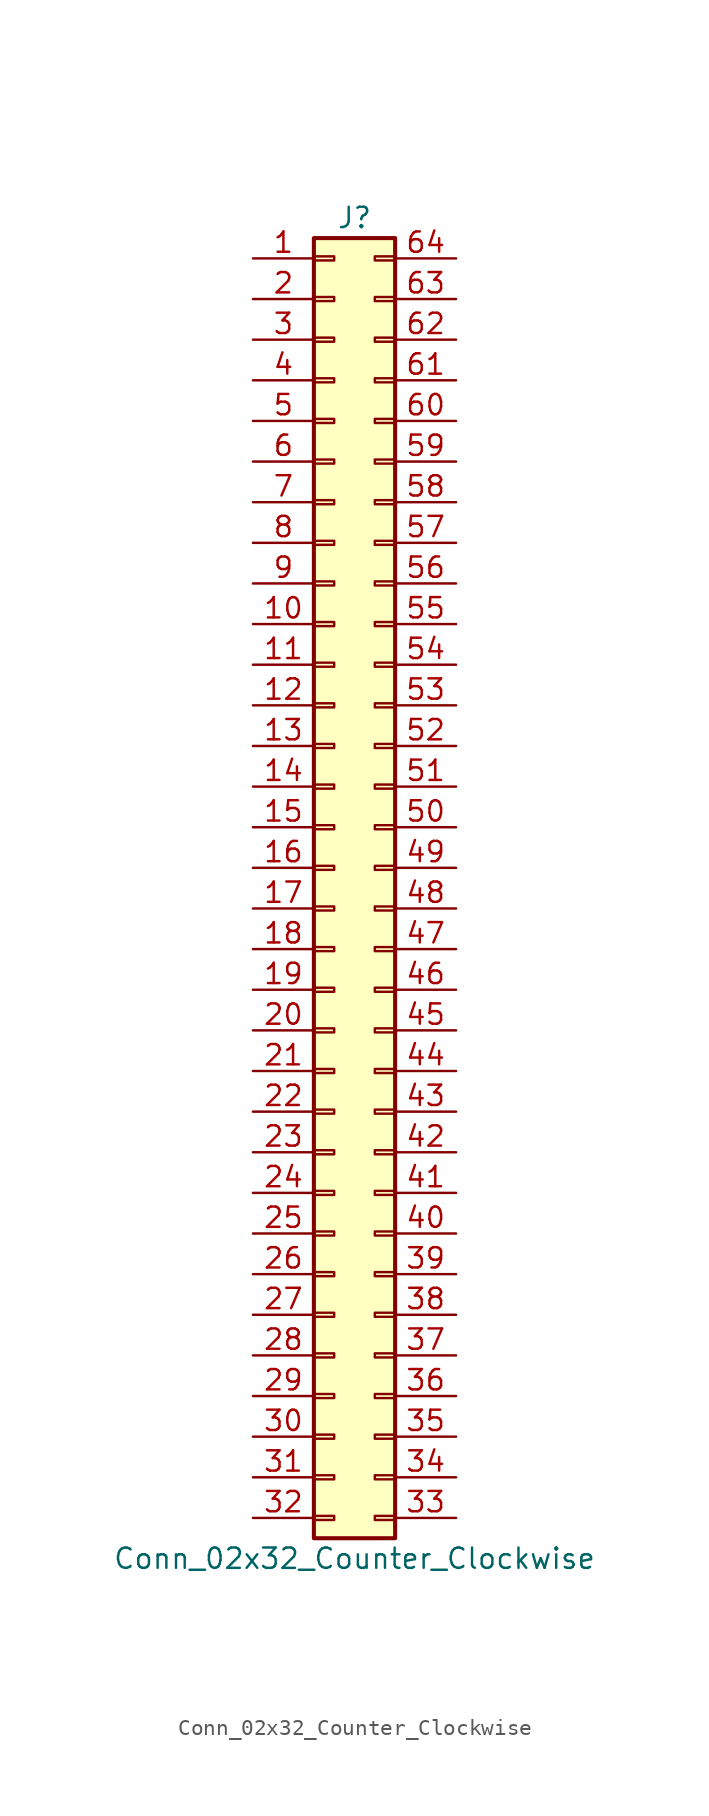
<source format=kicad_sym>
(kicad_symbol_lib
  (version 20220914)
  (generator kicad_symbol_editor)
  (symbol "Conn_02x32_Counter_Clockwise"
    (pin_names
      (offset 1.016) hide)
    (property "Reference" "J"
      (at 1.27 40.64 0)
      (effects (font (size 1.27 1.27))))
    (property "Value" "Conn_02x32_Counter_Clockwise"
      (at 1.27 -43.18 0)
      (effects (font (size 1.27 1.27))))
    (symbol "Conn_02x32_Counter_Clockwise_1_1"
      (rectangle (start -1.27 -40.513) (end 0 -40.767) (stroke (width 0.152) (type default)) (fill (type none)))
      (rectangle (start -1.27 -37.973) (end 0 -38.227) (stroke (width 0.152) (type default)) (fill (type none)))
      (rectangle (start -1.27 -35.433) (end 0 -35.687) (stroke (width 0.152) (type default)) (fill (type none)))
      (rectangle (start -1.27 -32.893) (end 0 -33.147) (stroke (width 0.152) (type default)) (fill (type none)))
      (rectangle (start -1.27 -30.353) (end 0 -30.607) (stroke (width 0.152) (type default)) (fill (type none)))
      (rectangle (start -1.27 -27.813) (end 0 -28.067) (stroke (width 0.152) (type default)) (fill (type none)))
      (rectangle (start -1.27 -25.273) (end 0 -25.527) (stroke (width 0.152) (type default)) (fill (type none)))
      (rectangle (start -1.27 -22.733) (end 0 -22.987) (stroke (width 0.152) (type default)) (fill (type none)))
      (rectangle (start -1.27 -20.193) (end 0 -20.447) (stroke (width 0.152) (type default)) (fill (type none)))
      (rectangle (start -1.27 -17.653) (end 0 -17.907) (stroke (width 0.152) (type default)) (fill (type none)))
      (rectangle (start -1.27 -15.113) (end 0 -15.367) (stroke (width 0.152) (type default)) (fill (type none)))
      (rectangle (start -1.27 -12.573) (end 0 -12.827) (stroke (width 0.152) (type default)) (fill (type none)))
      (rectangle (start -1.27 -10.033) (end 0 -10.287) (stroke (width 0.152) (type default)) (fill (type none)))
      (rectangle (start -1.27 -7.493) (end 0 -7.747) (stroke (width 0.152) (type default)) (fill (type none)))
      (rectangle (start -1.27 -4.953) (end 0 -5.207) (stroke (width 0.152) (type default)) (fill (type none)))
      (rectangle (start -1.27 -2.413) (end 0 -2.667) (stroke (width 0.152) (type default)) (fill (type none)))
      (rectangle (start -1.27 0.127) (end 0 -0.127) (stroke (width 0.152) (type default)) (fill (type none)))
      (rectangle (start -1.27 2.667) (end 0 2.413) (stroke (width 0.152) (type default)) (fill (type none)))
      (rectangle (start -1.27 5.207) (end 0 4.953) (stroke (width 0.152) (type default)) (fill (type none)))
      (rectangle (start -1.27 7.747) (end 0 7.493) (stroke (width 0.152) (type default)) (fill (type none)))
      (rectangle (start -1.27 10.287) (end 0 10.033) (stroke (width 0.152) (type default)) (fill (type none)))
      (rectangle (start -1.27 12.827) (end 0 12.573) (stroke (width 0.152) (type default)) (fill (type none)))
      (rectangle (start -1.27 15.367) (end 0 15.113) (stroke (width 0.152) (type default)) (fill (type none)))
      (rectangle (start -1.27 17.907) (end 0 17.653) (stroke (width 0.152) (type default)) (fill (type none)))
      (rectangle (start -1.27 20.447) (end 0 20.193) (stroke (width 0.152) (type default)) (fill (type none)))
      (rectangle (start -1.27 22.987) (end 0 22.733) (stroke (width 0.152) (type default)) (fill (type none)))
      (rectangle (start -1.27 25.527) (end 0 25.273) (stroke (width 0.152) (type default)) (fill (type none)))
      (rectangle (start -1.27 28.067) (end 0 27.813) (stroke (width 0.152) (type default)) (fill (type none)))
      (rectangle (start -1.27 30.607) (end 0 30.353) (stroke (width 0.152) (type default)) (fill (type none)))
      (rectangle (start -1.27 33.147) (end 0 32.893) (stroke (width 0.152) (type default)) (fill (type none)))
      (rectangle (start -1.27 35.687) (end 0 35.433) (stroke (width 0.152) (type default)) (fill (type none)))
      (rectangle (start -1.27 38.227) (end 0 37.973) (stroke (width 0.152) (type default)) (fill (type none)))
      (rectangle (start -1.27 39.37) (end 3.81 -41.91) (stroke (width 0.254) (type default)) (fill (type background)))
      (rectangle (start 3.81 -40.513) (end 2.54 -40.767) (stroke (width 0.152) (type default)) (fill (type none)))
      (rectangle (start 3.81 -37.973) (end 2.54 -38.227) (stroke (width 0.152) (type default)) (fill (type none)))
      (rectangle (start 3.81 -35.433) (end 2.54 -35.687) (stroke (width 0.152) (type default)) (fill (type none)))
      (rectangle (start 3.81 -32.893) (end 2.54 -33.147) (stroke (width 0.152) (type default)) (fill (type none)))
      (rectangle (start 3.81 -30.353) (end 2.54 -30.607) (stroke (width 0.152) (type default)) (fill (type none)))
      (rectangle (start 3.81 -27.813) (end 2.54 -28.067) (stroke (width 0.152) (type default)) (fill (type none)))
      (rectangle (start 3.81 -25.273) (end 2.54 -25.527) (stroke (width 0.152) (type default)) (fill (type none)))
      (rectangle (start 3.81 -22.733) (end 2.54 -22.987) (stroke (width 0.152) (type default)) (fill (type none)))
      (rectangle (start 3.81 -20.193) (end 2.54 -20.447) (stroke (width 0.152) (type default)) (fill (type none)))
      (rectangle (start 3.81 -17.653) (end 2.54 -17.907) (stroke (width 0.152) (type default)) (fill (type none)))
      (rectangle (start 3.81 -15.113) (end 2.54 -15.367) (stroke (width 0.152) (type default)) (fill (type none)))
      (rectangle (start 3.81 -12.573) (end 2.54 -12.827) (stroke (width 0.152) (type default)) (fill (type none)))
      (rectangle (start 3.81 -10.033) (end 2.54 -10.287) (stroke (width 0.152) (type default)) (fill (type none)))
      (rectangle (start 3.81 -7.493) (end 2.54 -7.747) (stroke (width 0.152) (type default)) (fill (type none)))
      (rectangle (start 3.81 -4.953) (end 2.54 -5.207) (stroke (width 0.152) (type default)) (fill (type none)))
      (rectangle (start 3.81 -2.413) (end 2.54 -2.667) (stroke (width 0.152) (type default)) (fill (type none)))
      (rectangle (start 3.81 0.127) (end 2.54 -0.127) (stroke (width 0.152) (type default)) (fill (type none)))
      (rectangle (start 3.81 2.667) (end 2.54 2.413) (stroke (width 0.152) (type default)) (fill (type none)))
      (rectangle (start 3.81 5.207) (end 2.54 4.953) (stroke (width 0.152) (type default)) (fill (type none)))
      (rectangle (start 3.81 7.747) (end 2.54 7.493) (stroke (width 0.152) (type default)) (fill (type none)))
      (rectangle (start 3.81 10.287) (end 2.54 10.033) (stroke (width 0.152) (type default)) (fill (type none)))
      (rectangle (start 3.81 12.827) (end 2.54 12.573) (stroke (width 0.152) (type default)) (fill (type none)))
      (rectangle (start 3.81 15.367) (end 2.54 15.113) (stroke (width 0.152) (type default)) (fill (type none)))
      (rectangle (start 3.81 17.907) (end 2.54 17.653) (stroke (width 0.152) (type default)) (fill (type none)))
      (rectangle (start 3.81 20.447) (end 2.54 20.193) (stroke (width 0.152) (type default)) (fill (type none)))
      (rectangle (start 3.81 22.987) (end 2.54 22.733) (stroke (width 0.152) (type default)) (fill (type none)))
      (rectangle (start 3.81 25.527) (end 2.54 25.273) (stroke (width 0.152) (type default)) (fill (type none)))
      (rectangle (start 3.81 28.067) (end 2.54 27.813) (stroke (width 0.152) (type default)) (fill (type none)))
      (rectangle (start 3.81 30.607) (end 2.54 30.353) (stroke (width 0.152) (type default)) (fill (type none)))
      (rectangle (start 3.81 33.147) (end 2.54 32.893) (stroke (width 0.152) (type default)) (fill (type none)))
      (rectangle (start 3.81 35.687) (end 2.54 35.433) (stroke (width 0.152) (type default)) (fill (type none)))
      (rectangle (start 3.81 38.227) (end 2.54 37.973) (stroke (width 0.152) (type default)) (fill (type none)))
      (pin passive line (at -5.08 38.1 0) (length 3.81) (name "Pin_1" (effects (font (size 1.27 1.27)))) (number "1" (effects (font (size 1.27 1.27)))))
      (pin passive line (at -5.08 15.24 0) (length 3.81) (name "Pin_10" (effects (font (size 1.27 1.27)))) (number "10" (effects (font (size 1.27 1.27)))))
      (pin passive line (at -5.08 12.7 0) (length 3.81) (name "Pin_11" (effects (font (size 1.27 1.27)))) (number "11" (effects (font (size 1.27 1.27)))))
      (pin passive line (at -5.08 10.16 0) (length 3.81) (name "Pin_12" (effects (font (size 1.27 1.27)))) (number "12" (effects (font (size 1.27 1.27)))))
      (pin passive line (at -5.08 7.62 0) (length 3.81) (name "Pin_13" (effects (font (size 1.27 1.27)))) (number "13" (effects (font (size 1.27 1.27)))))
      (pin passive line (at -5.08 5.08 0) (length 3.81) (name "Pin_14" (effects (font (size 1.27 1.27)))) (number "14" (effects (font (size 1.27 1.27)))))
      (pin passive line (at -5.08 2.54 0) (length 3.81) (name "Pin_15" (effects (font (size 1.27 1.27)))) (number "15" (effects (font (size 1.27 1.27)))))
      (pin passive line (at -5.08 0 0) (length 3.81) (name "Pin_16" (effects (font (size 1.27 1.27)))) (number "16" (effects (font (size 1.27 1.27)))))
      (pin passive line (at -5.08 -2.54 0) (length 3.81) (name "Pin_17" (effects (font (size 1.27 1.27)))) (number "17" (effects (font (size 1.27 1.27)))))
      (pin passive line (at -5.08 -5.08 0) (length 3.81) (name "Pin_18" (effects (font (size 1.27 1.27)))) (number "18" (effects (font (size 1.27 1.27)))))
      (pin passive line (at -5.08 -7.62 0) (length 3.81) (name "Pin_19" (effects (font (size 1.27 1.27)))) (number "19" (effects (font (size 1.27 1.27)))))
      (pin passive line (at -5.08 35.56 0) (length 3.81) (name "Pin_2" (effects (font (size 1.27 1.27)))) (number "2" (effects (font (size 1.27 1.27)))))
      (pin passive line (at -5.08 -10.16 0) (length 3.81) (name "Pin_20" (effects (font (size 1.27 1.27)))) (number "20" (effects (font (size 1.27 1.27)))))
      (pin passive line (at -5.08 -12.7 0) (length 3.81) (name "Pin_21" (effects (font (size 1.27 1.27)))) (number "21" (effects (font (size 1.27 1.27)))))
      (pin passive line (at -5.08 -15.24 0) (length 3.81) (name "Pin_22" (effects (font (size 1.27 1.27)))) (number "22" (effects (font (size 1.27 1.27)))))
      (pin passive line (at -5.08 -17.78 0) (length 3.81) (name "Pin_23" (effects (font (size 1.27 1.27)))) (number "23" (effects (font (size 1.27 1.27)))))
      (pin passive line (at -5.08 -20.32 0) (length 3.81) (name "Pin_24" (effects (font (size 1.27 1.27)))) (number "24" (effects (font (size 1.27 1.27)))))
      (pin passive line (at -5.08 -22.86 0) (length 3.81) (name "Pin_25" (effects (font (size 1.27 1.27)))) (number "25" (effects (font (size 1.27 1.27)))))
      (pin passive line (at -5.08 -25.4 0) (length 3.81) (name "Pin_26" (effects (font (size 1.27 1.27)))) (number "26" (effects (font (size 1.27 1.27)))))
      (pin passive line (at -5.08 -27.94 0) (length 3.81) (name "Pin_27" (effects (font (size 1.27 1.27)))) (number "27" (effects (font (size 1.27 1.27)))))
      (pin passive line (at -5.08 -30.48 0) (length 3.81) (name "Pin_28" (effects (font (size 1.27 1.27)))) (number "28" (effects (font (size 1.27 1.27)))))
      (pin passive line (at -5.08 -33.02 0) (length 3.81) (name "Pin_29" (effects (font (size 1.27 1.27)))) (number "29" (effects (font (size 1.27 1.27)))))
      (pin passive line (at -5.08 33.02 0) (length 3.81) (name "Pin_3" (effects (font (size 1.27 1.27)))) (number "3" (effects (font (size 1.27 1.27)))))
      (pin passive line (at -5.08 -35.56 0) (length 3.81) (name "Pin_30" (effects (font (size 1.27 1.27)))) (number "30" (effects (font (size 1.27 1.27)))))
      (pin passive line (at -5.08 -38.1 0) (length 3.81) (name "Pin_31" (effects (font (size 1.27 1.27)))) (number "31" (effects (font (size 1.27 1.27)))))
      (pin passive line (at -5.08 -40.64 0) (length 3.81) (name "Pin_32" (effects (font (size 1.27 1.27)))) (number "32" (effects (font (size 1.27 1.27)))))
      (pin passive line (at 7.62 -40.64 180) (length 3.81) (name "Pin_33" (effects (font (size 1.27 1.27)))) (number "33" (effects (font (size 1.27 1.27)))))
      (pin passive line (at 7.62 -38.1 180) (length 3.81) (name "Pin_34" (effects (font (size 1.27 1.27)))) (number "34" (effects (font (size 1.27 1.27)))))
      (pin passive line (at 7.62 -35.56 180) (length 3.81) (name "Pin_35" (effects (font (size 1.27 1.27)))) (number "35" (effects (font (size 1.27 1.27)))))
      (pin passive line (at 7.62 -33.02 180) (length 3.81) (name "Pin_36" (effects (font (size 1.27 1.27)))) (number "36" (effects (font (size 1.27 1.27)))))
      (pin passive line (at 7.62 -30.48 180) (length 3.81) (name "Pin_37" (effects (font (size 1.27 1.27)))) (number "37" (effects (font (size 1.27 1.27)))))
      (pin passive line (at 7.62 -27.94 180) (length 3.81) (name "Pin_38" (effects (font (size 1.27 1.27)))) (number "38" (effects (font (size 1.27 1.27)))))
      (pin passive line (at 7.62 -25.4 180) (length 3.81) (name "Pin_39" (effects (font (size 1.27 1.27)))) (number "39" (effects (font (size 1.27 1.27)))))
      (pin passive line (at -5.08 30.48 0) (length 3.81) (name "Pin_4" (effects (font (size 1.27 1.27)))) (number "4" (effects (font (size 1.27 1.27)))))
      (pin passive line (at 7.62 -22.86 180) (length 3.81) (name "Pin_40" (effects (font (size 1.27 1.27)))) (number "40" (effects (font (size 1.27 1.27)))))
      (pin passive line (at 7.62 -20.32 180) (length 3.81) (name "Pin_41" (effects (font (size 1.27 1.27)))) (number "41" (effects (font (size 1.27 1.27)))))
      (pin passive line (at 7.62 -17.78 180) (length 3.81) (name "Pin_42" (effects (font (size 1.27 1.27)))) (number "42" (effects (font (size 1.27 1.27)))))
      (pin passive line (at 7.62 -15.24 180) (length 3.81) (name "Pin_43" (effects (font (size 1.27 1.27)))) (number "43" (effects (font (size 1.27 1.27)))))
      (pin passive line (at 7.62 -12.7 180) (length 3.81) (name "Pin_44" (effects (font (size 1.27 1.27)))) (number "44" (effects (font (size 1.27 1.27)))))
      (pin passive line (at 7.62 -10.16 180) (length 3.81) (name "Pin_45" (effects (font (size 1.27 1.27)))) (number "45" (effects (font (size 1.27 1.27)))))
      (pin passive line (at 7.62 -7.62 180) (length 3.81) (name "Pin_46" (effects (font (size 1.27 1.27)))) (number "46" (effects (font (size 1.27 1.27)))))
      (pin passive line (at 7.62 -5.08 180) (length 3.81) (name "Pin_47" (effects (font (size 1.27 1.27)))) (number "47" (effects (font (size 1.27 1.27)))))
      (pin passive line (at 7.62 -2.54 180) (length 3.81) (name "Pin_48" (effects (font (size 1.27 1.27)))) (number "48" (effects (font (size 1.27 1.27)))))
      (pin passive line (at 7.62 0 180) (length 3.81) (name "Pin_49" (effects (font (size 1.27 1.27)))) (number "49" (effects (font (size 1.27 1.27)))))
      (pin passive line (at -5.08 27.94 0) (length 3.81) (name "Pin_5" (effects (font (size 1.27 1.27)))) (number "5" (effects (font (size 1.27 1.27)))))
      (pin passive line (at 7.62 2.54 180) (length 3.81) (name "Pin_50" (effects (font (size 1.27 1.27)))) (number "50" (effects (font (size 1.27 1.27)))))
      (pin passive line (at 7.62 5.08 180) (length 3.81) (name "Pin_51" (effects (font (size 1.27 1.27)))) (number "51" (effects (font (size 1.27 1.27)))))
      (pin passive line (at 7.62 7.62 180) (length 3.81) (name "Pin_52" (effects (font (size 1.27 1.27)))) (number "52" (effects (font (size 1.27 1.27)))))
      (pin passive line (at 7.62 10.16 180) (length 3.81) (name "Pin_53" (effects (font (size 1.27 1.27)))) (number "53" (effects (font (size 1.27 1.27)))))
      (pin passive line (at 7.62 12.7 180) (length 3.81) (name "Pin_54" (effects (font (size 1.27 1.27)))) (number "54" (effects (font (size 1.27 1.27)))))
      (pin passive line (at 7.62 15.24 180) (length 3.81) (name "Pin_55" (effects (font (size 1.27 1.27)))) (number "55" (effects (font (size 1.27 1.27)))))
      (pin passive line (at 7.62 17.78 180) (length 3.81) (name "Pin_56" (effects (font (size 1.27 1.27)))) (number "56" (effects (font (size 1.27 1.27)))))
      (pin passive line (at 7.62 20.32 180) (length 3.81) (name "Pin_57" (effects (font (size 1.27 1.27)))) (number "57" (effects (font (size 1.27 1.27)))))
      (pin passive line (at 7.62 22.86 180) (length 3.81) (name "Pin_58" (effects (font (size 1.27 1.27)))) (number "58" (effects (font (size 1.27 1.27)))))
      (pin passive line (at 7.62 25.4 180) (length 3.81) (name "Pin_59" (effects (font (size 1.27 1.27)))) (number "59" (effects (font (size 1.27 1.27)))))
      (pin passive line (at -5.08 25.4 0) (length 3.81) (name "Pin_6" (effects (font (size 1.27 1.27)))) (number "6" (effects (font (size 1.27 1.27)))))
      (pin passive line (at 7.62 27.94 180) (length 3.81) (name "Pin_60" (effects (font (size 1.27 1.27)))) (number "60" (effects (font (size 1.27 1.27)))))
      (pin passive line (at 7.62 30.48 180) (length 3.81) (name "Pin_61" (effects (font (size 1.27 1.27)))) (number "61" (effects (font (size 1.27 1.27)))))
      (pin passive line (at 7.62 33.02 180) (length 3.81) (name "Pin_62" (effects (font (size 1.27 1.27)))) (number "62" (effects (font (size 1.27 1.27)))))
      (pin passive line (at 7.62 35.56 180) (length 3.81) (name "Pin_63" (effects (font (size 1.27 1.27)))) (number "63" (effects (font (size 1.27 1.27)))))
      (pin passive line (at 7.62 38.1 180) (length 3.81) (name "Pin_64" (effects (font (size 1.27 1.27)))) (number "64" (effects (font (size 1.27 1.27)))))
      (pin passive line (at -5.08 22.86 0) (length 3.81) (name "Pin_7" (effects (font (size 1.27 1.27)))) (number "7" (effects (font (size 1.27 1.27)))))
      (pin passive line (at -5.08 20.32 0) (length 3.81) (name "Pin_8" (effects (font (size 1.27 1.27)))) (number "8" (effects (font (size 1.27 1.27)))))
      (pin passive line (at -5.08 17.78 0) (length 3.81) (name "Pin_9" (effects (font (size 1.27 1.27)))) (number "9" (effects (font (size 1.27 1.27))))))))
</source>
